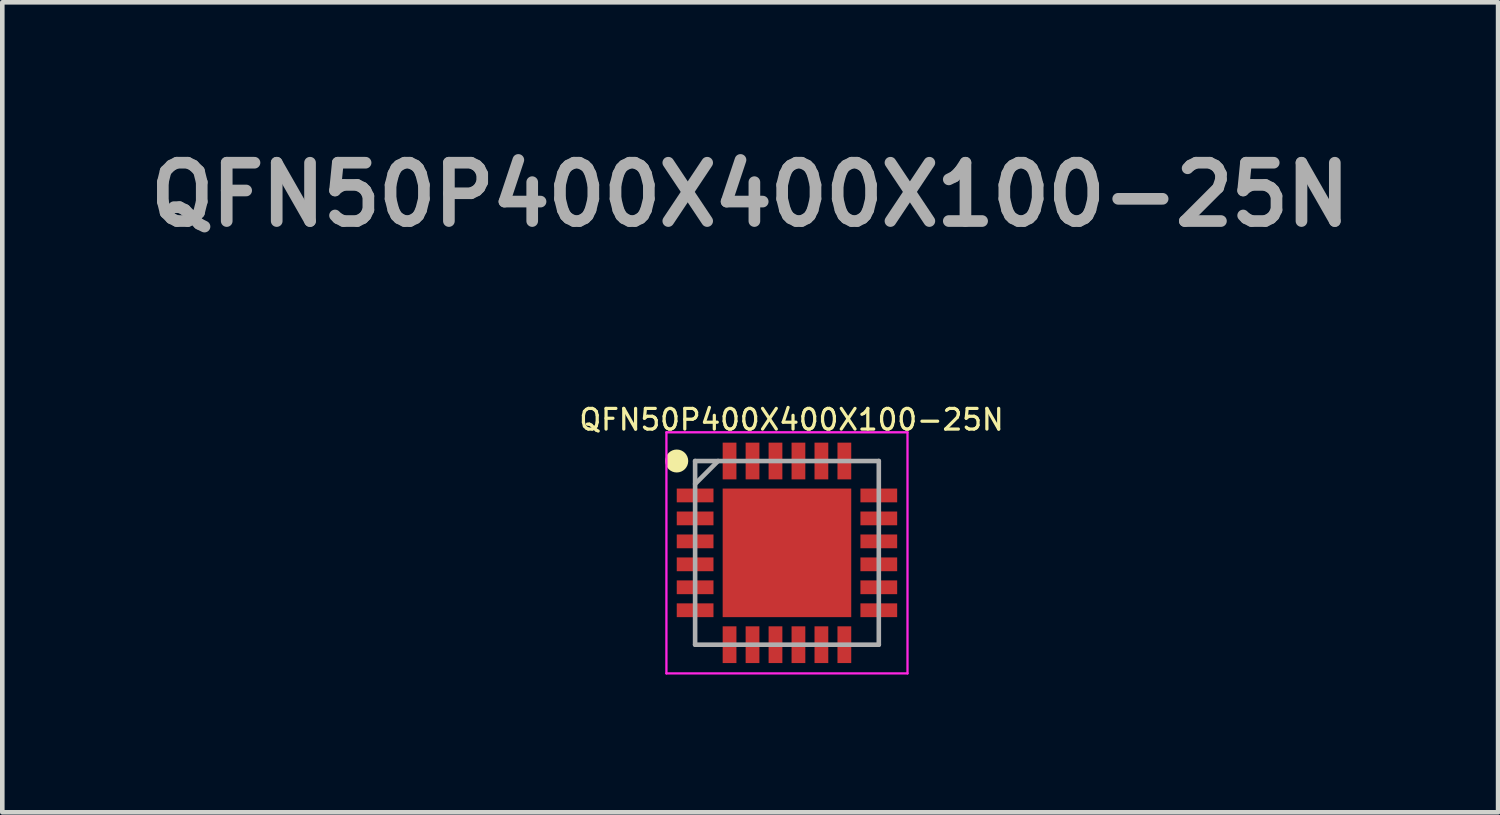
<source format=kicad_pcb>
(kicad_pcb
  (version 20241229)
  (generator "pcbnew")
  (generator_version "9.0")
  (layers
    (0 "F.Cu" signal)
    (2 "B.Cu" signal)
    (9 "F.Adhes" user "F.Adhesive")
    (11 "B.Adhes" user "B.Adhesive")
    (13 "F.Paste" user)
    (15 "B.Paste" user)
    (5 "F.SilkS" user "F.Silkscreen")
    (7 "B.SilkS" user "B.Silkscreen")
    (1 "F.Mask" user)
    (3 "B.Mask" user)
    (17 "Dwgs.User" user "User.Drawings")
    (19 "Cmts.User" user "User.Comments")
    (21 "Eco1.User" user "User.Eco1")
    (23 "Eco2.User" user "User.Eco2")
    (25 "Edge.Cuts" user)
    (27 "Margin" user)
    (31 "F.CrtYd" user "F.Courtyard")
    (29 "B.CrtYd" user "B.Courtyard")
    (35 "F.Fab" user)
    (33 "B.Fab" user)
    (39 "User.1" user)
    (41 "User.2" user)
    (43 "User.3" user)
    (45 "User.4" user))
  (footprint "QFN50P400X400X100-25N"
    (layer "F.Cu")
    (at 14.087 8.989)
    (property "Reference" "QFN50P400X400X100-25N" (at 0.1 -2.9 0) (layer "F.SilkS") (effects (font (size 0.45 0.45) (thickness 0.07) (bold yes))))
    (attr smd)
    (fp_circle (center -2.4 -2) (end -2.4 -1.875) (stroke (width 0.25) (type solid)) (fill no) (layer "F.SilkS"))
    (fp_line (start -2.625 -2.625) (end 2.625 -2.625) (stroke (width 0.05) (type solid)) (layer "F.CrtYd"))
    (fp_line (start -2.625 2.625) (end -2.625 -2.625) (stroke (width 0.05) (type solid)) (layer "F.CrtYd"))
    (fp_line (start 2.625 -2.625) (end 2.625 2.625) (stroke (width 0.05) (type solid)) (layer "F.CrtYd"))
    (fp_line (start 2.625 2.625) (end -2.625 2.625) (stroke (width 0.05) (type solid)) (layer "F.CrtYd"))
    (fp_line (start -2 -2) (end 2 -2) (stroke (width 0.1) (type solid)) (layer "F.Fab"))
    (fp_line (start -2 -1.5) (end -1.5 -2) (stroke (width 0.1) (type solid)) (layer "F.Fab"))
    (fp_line (start -2 2) (end -2 -2) (stroke (width 0.1) (type solid)) (layer "F.Fab"))
    (fp_line (start 2 -2) (end 2 2) (stroke (width 0.1) (type solid)) (layer "F.Fab"))
    (fp_line (start 2 2) (end -2 2) (stroke (width 0.1) (type solid)) (layer "F.Fab"))
    (fp_text user "${REFERENCE}" (at -0.8 -7.8 0) (layer "F.Fab") (effects (font (size 1.27 1.27) (thickness 0.254))))
    (pad "1" smd rect (at -2 -1.25 90) (size 0.3 0.8) (layers "F.Cu" "F.Mask" "F.Paste"))
    (pad "2" smd rect (at -2 -0.75 90) (size 0.3 0.8) (layers "F.Cu" "F.Mask" "F.Paste"))
    (pad "3" smd rect (at -2 -0.25 90) (size 0.3 0.8) (layers "F.Cu" "F.Mask" "F.Paste"))
    (pad "4" smd rect (at -2 0.25 90) (size 0.3 0.8) (layers "F.Cu" "F.Mask" "F.Paste"))
    (pad "5" smd rect (at -2 0.75 90) (size 0.3 0.8) (layers "F.Cu" "F.Mask" "F.Paste"))
    (pad "6" smd rect (at -2 1.25 90) (size 0.3 0.8) (layers "F.Cu" "F.Mask" "F.Paste"))
    (pad "7" smd rect (at -1.25 2) (size 0.3 0.8) (layers "F.Cu" "F.Mask" "F.Paste"))
    (pad "8" smd rect (at -0.75 2) (size 0.3 0.8) (layers "F.Cu" "F.Mask" "F.Paste"))
    (pad "9" smd rect (at -0.25 2) (size 0.3 0.8) (layers "F.Cu" "F.Mask" "F.Paste"))
    (pad "10" smd rect (at 0.25 2) (size 0.3 0.8) (layers "F.Cu" "F.Mask" "F.Paste"))
    (pad "11" smd rect (at 0.75 2) (size 0.3 0.8) (layers "F.Cu" "F.Mask" "F.Paste"))
    (pad "12" smd rect (at 1.25 2) (size 0.3 0.8) (layers "F.Cu" "F.Mask" "F.Paste"))
    (pad "13" smd rect (at 2 1.25 90) (size 0.3 0.8) (layers "F.Cu" "F.Mask" "F.Paste"))
    (pad "14" smd rect (at 2 0.75 90) (size 0.3 0.8) (layers "F.Cu" "F.Mask" "F.Paste"))
    (pad "15" smd rect (at 2 0.25 90) (size 0.3 0.8) (layers "F.Cu" "F.Mask" "F.Paste"))
    (pad "16" smd rect (at 2 -0.25 90) (size 0.3 0.8) (layers "F.Cu" "F.Mask" "F.Paste"))
    (pad "17" smd rect (at 2 -0.75 90) (size 0.3 0.8) (layers "F.Cu" "F.Mask" "F.Paste"))
    (pad "18" smd rect (at 2 -1.25 90) (size 0.3 0.8) (layers "F.Cu" "F.Mask" "F.Paste"))
    (pad "19" smd rect (at 1.25 -2) (size 0.3 0.8) (layers "F.Cu" "F.Mask" "F.Paste"))
    (pad "20" smd rect (at 0.75 -2) (size 0.3 0.8) (layers "F.Cu" "F.Mask" "F.Paste"))
    (pad "21" smd rect (at 0.25 -2) (size 0.3 0.8) (layers "F.Cu" "F.Mask" "F.Paste"))
    (pad "22" smd rect (at -0.25 -2) (size 0.3 0.8) (layers "F.Cu" "F.Mask" "F.Paste"))
    (pad "23" smd rect (at -0.75 -2) (size 0.3 0.8) (layers "F.Cu" "F.Mask" "F.Paste"))
    (pad "24" smd rect (at -1.25 -2) (size 0.3 0.8) (layers "F.Cu" "F.Mask" "F.Paste"))
    (pad "25" smd rect (at 0 0) (size 2.8 2.8) (layers "F.Cu" "F.Mask" "F.Paste")))
  (gr_rect
    (start -3 -3)
    (end 29.573 14.639)
    (stroke (width 0.1) (type default))
    (fill no)
    (layer "Edge.Cuts")))
</source>
